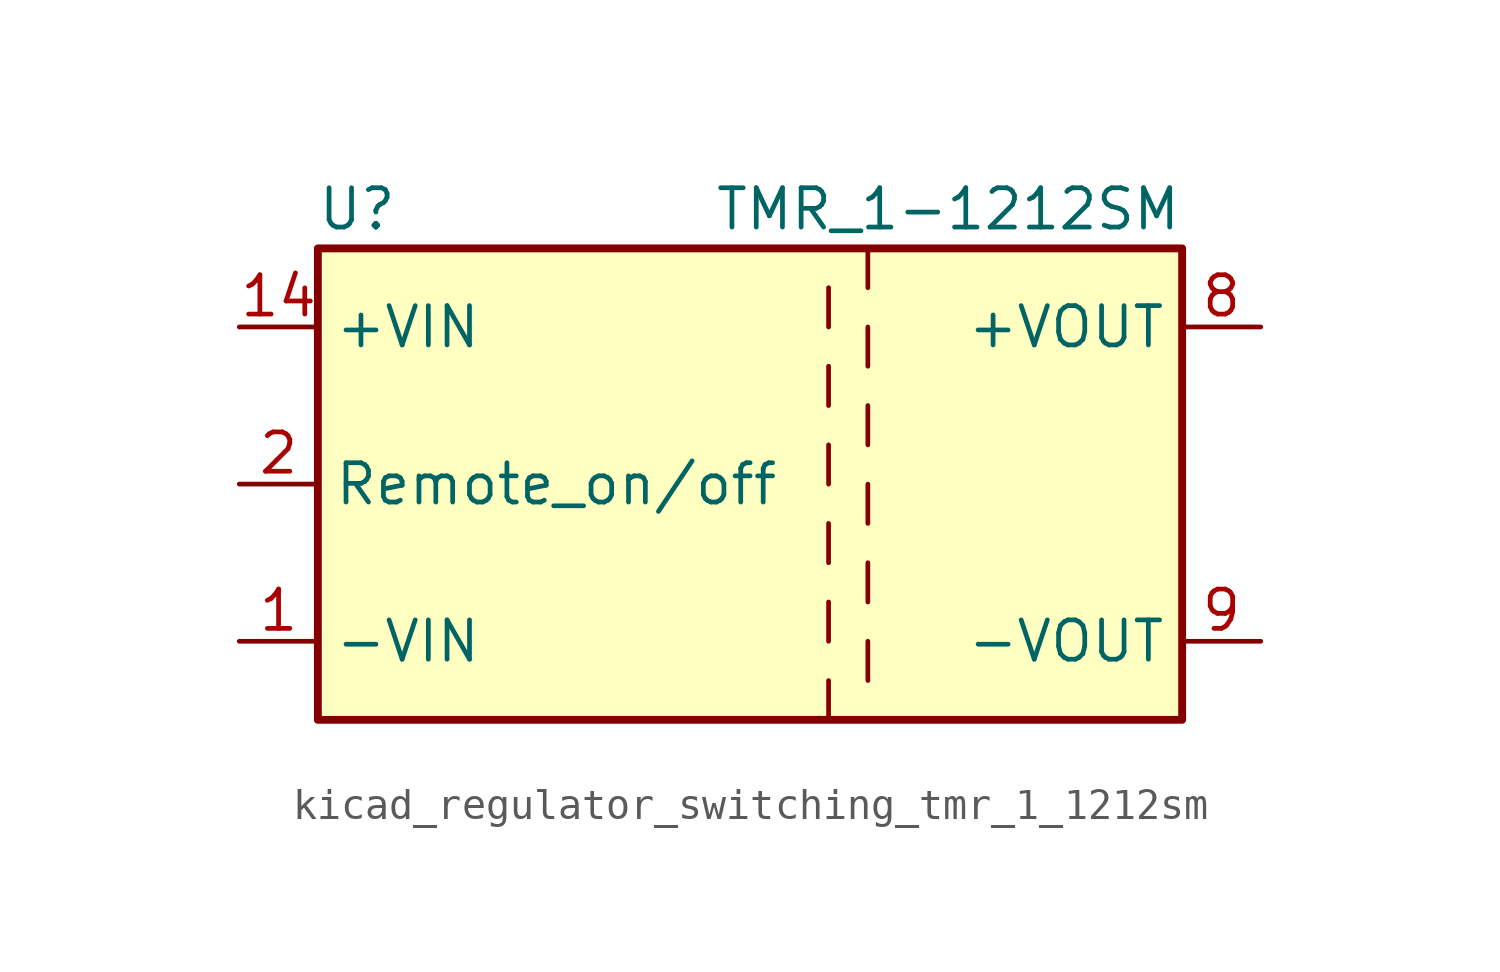
<source format=kicad_sym>
(kicad_symbol_lib
  (version 20220914)
  (generator kicad_symbol_editor)
  (symbol "kicad_regulator_switching_tmr_1_1212sm"
    (property "Reference" "U"
      (at -16.51 8.89 0)
      (effects (font (size 1.27 1.27))))
    (property "Value" "TMR_1-1212SM"
      (at 10.16 8.89 0)
      (effects (font (size 1.27 1.27)) (justify right)))
    (symbol "kicad_regulator_switching_tmr_1_1212sm_0_1"
      (rectangle (start -17.78 7.62) (end 10.16 -7.62) (stroke (width 0.254) (type default)) (fill (type background)))
      (polyline (pts (xy -1.27 -6.35) (xy -1.27 -7.62)) (stroke (width 0) (type default)) (fill (type none)))
      (polyline (pts (xy -1.27 -3.81) (xy -1.27 -5.08)) (stroke (width 0) (type default)) (fill (type none)))
      (polyline (pts (xy -1.27 -1.27) (xy -1.27 -2.54)) (stroke (width 0) (type default)) (fill (type none)))
      (polyline (pts (xy -1.27 1.27) (xy -1.27 0)) (stroke (width 0) (type default)) (fill (type none)))
      (polyline (pts (xy -1.27 3.81) (xy -1.27 2.54)) (stroke (width 0) (type default)) (fill (type none)))
      (polyline (pts (xy -1.27 6.35) (xy -1.27 5.08)) (stroke (width 0) (type default)) (fill (type none)))
      (polyline (pts (xy 0 -5.08) (xy 0 -6.35)) (stroke (width 0) (type default)) (fill (type none)))
      (polyline (pts (xy 0 -2.54) (xy 0 -3.81)) (stroke (width 0) (type default)) (fill (type none)))
      (polyline (pts (xy 0 0) (xy 0 -1.27)) (stroke (width 0) (type default)) (fill (type none)))
      (polyline (pts (xy 0 2.54) (xy 0 1.27)) (stroke (width 0) (type default)) (fill (type none)))
      (polyline (pts (xy 0 5.08) (xy 0 3.81)) (stroke (width 0) (type default)) (fill (type none)))
      (polyline (pts (xy 0 7.62) (xy 0 6.35)) (stroke (width 0) (type default)) (fill (type none))))
    (symbol "kicad_regulator_switching_tmr_1_1212sm_1_1"
      (pin power_in line (at -20.32 -5.08 0) (length 2.54) (name "-VIN" (effects (font (size 1.27 1.27)))) (number "1" (effects (font (size 1.27 1.27)))))
      (pin power_in line (at -20.32 5.08 0) (length 2.54) (name "+VIN" (effects (font (size 1.27 1.27)))) (number "14" (effects (font (size 1.27 1.27)))))
      (pin input line (at -20.32 0 0) (length 2.54) (name "Remote_on/off" (effects (font (size 1.27 1.27)))) (number "2" (effects (font (size 1.27 1.27)))))
      (pin no_connect line (at 10.16 2.54 180) (length 2.54) hide (name "NC" (effects (font (size 1.27 1.27)))) (number "6" (effects (font (size 1.27 1.27)))))
      (pin no_connect line (at 10.16 -2.54 180) (length 2.54) hide (name "NC" (effects (font (size 1.27 1.27)))) (number "7" (effects (font (size 1.27 1.27)))))
      (pin power_out line (at 12.7 5.08 180) (length 2.54) (name "+VOUT" (effects (font (size 1.27 1.27)))) (number "8" (effects (font (size 1.27 1.27)))))
      (pin power_out line (at 12.7 -5.08 180) (length 2.54) (name "-VOUT" (effects (font (size 1.27 1.27)))) (number "9" (effects (font (size 1.27 1.27))))))))
</source>
